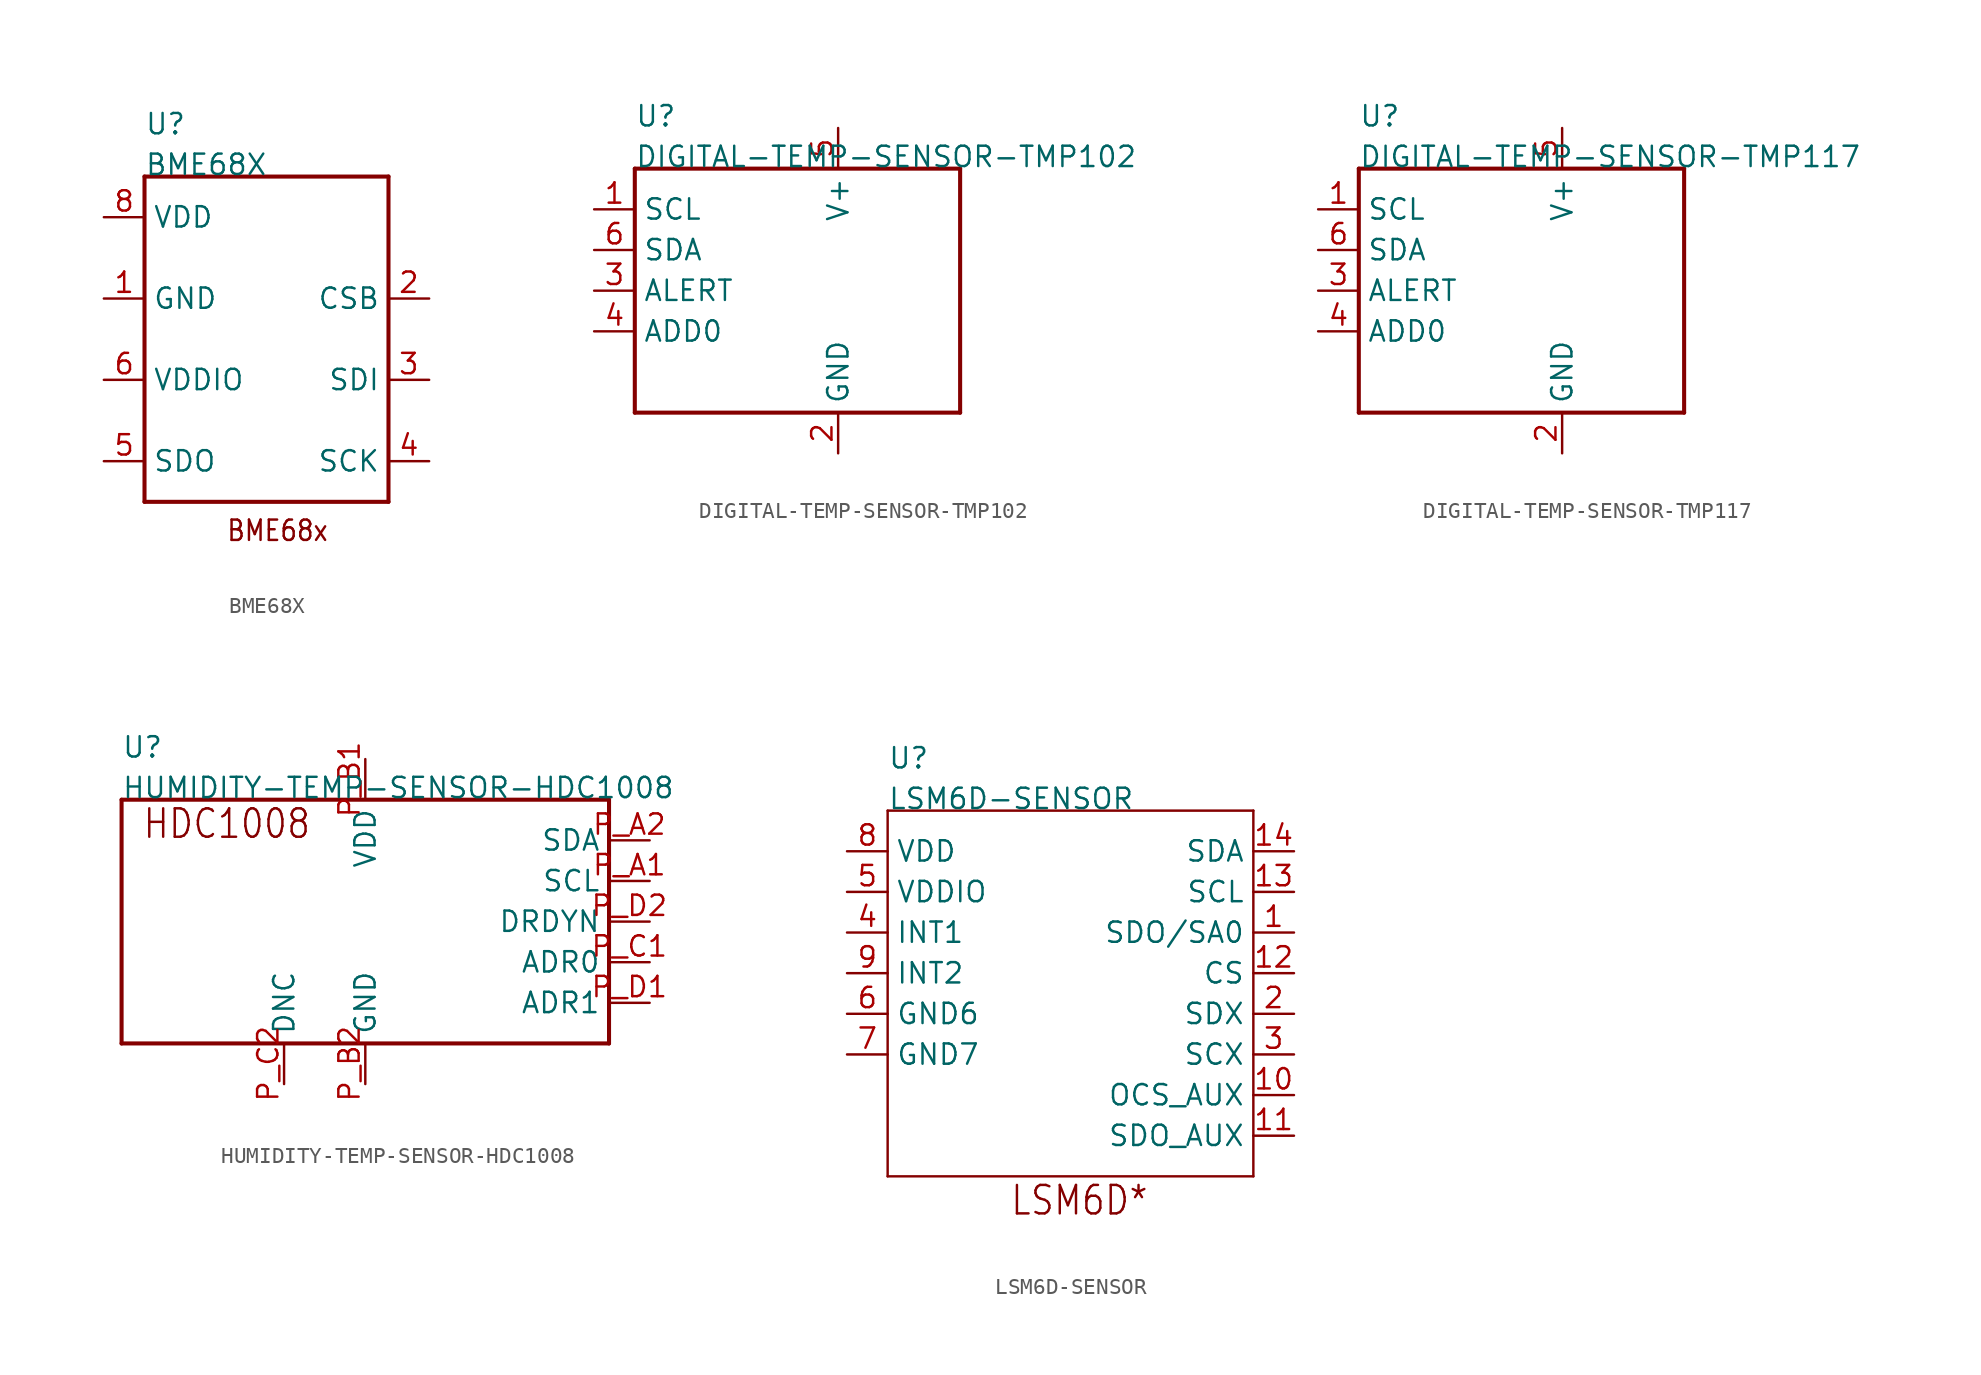
<source format=kicad_sym>
(kicad_symbol_lib
  (version 20211014)
  (generator kicad_symbol_editor)
  (symbol "BME68X"
    (pin_names)
    (property "Reference" "U"
      (at -7.62 12.7 0)
      (effects (font (size 1.27 1.27)) (justify left bottom)))
    (property "Value" "BME68X"
      (at -7.62 10.16 0)
      (effects (font (size 1.27 1.27)) (justify left bottom)))
    (property "Datasheet" ""
      (at 0 0 0))
    (property "ki_description" "BME680  - Gas, Humidity, Pressure, Temperature Sensor IÃƒÆ’Ã¢â‚¬Å¡Ãƒâ€šÃ‚Â²C, SPI Output (BME688 includes odor detection)   Technical Specifications:    Humidity accuracy:+/-3%r.H.    RMS Noise: .12pa        Component Search:  [DATA SHEET NAME]   Datasheet:  BME680 "
      (at 0 0 0))
    (property "ki_fp_filters" "FlashPCB_Sensors:BME68X"
      (at 0 0 0))
    (symbol "BME68X_1_1"
      (text "BME68x" (at -2.54 -12.7 0) (effects (font (size 1.27 1.086)) (justify left bottom)))
      (polyline (pts (xy -7.62 10.16) (xy 7.62 10.16)) (stroke (width 0.254)) (fill (type none)))
      (polyline (pts (xy 7.62 10.16) (xy 7.62 -10.16)) (stroke (width 0.254)) (fill (type none)))
      (polyline (pts (xy 7.62 -10.16) (xy -7.62 -10.16)) (stroke (width 0.254)) (fill (type none)))
      (polyline (pts (xy -7.62 -10.16) (xy -7.62 10.16)) (stroke (width 0.254)) (fill (type none)))
      (pin power_in line (at -10.16 7.62 0) (length 2.54) (name "VDD" (effects (font (size 1.27 1.27)))) (number "8" (effects (font (size 1.27 1.27)))))
      (pin power_in line (at -10.16 2.54 0) (length 2.54) (name "GND" (effects (font (size 1.27 1.27)))) (number "1" (effects (font (size 1.27 1.27)))))
      (pin power_in line (at -10.16 2.54 0) (length 2.54) hide (name "GND" (effects (font (size 1.27 1.27)))) (number "7" (effects (font (size 1.27 1.27)))))
      (pin power_in line (at -10.16 -2.54 0) (length 2.54) (name "VDDIO" (effects (font (size 1.27 1.27)))) (number "6" (effects (font (size 1.27 1.27)))))
      (pin bidirectional line (at -10.16 -7.62 0) (length 2.54) (name "SDO" (effects (font (size 1.27 1.27)))) (number "5" (effects (font (size 1.27 1.27)))))
      (pin input line (at 10.16 2.54 180) (length 2.54) (name "CSB" (effects (font (size 1.27 1.27)))) (number "2" (effects (font (size 1.27 1.27)))))
      (pin bidirectional line (at 10.16 -2.54 180) (length 2.54) (name "SDI" (effects (font (size 1.27 1.27)))) (number "3" (effects (font (size 1.27 1.27)))))
      (pin input line (at 10.16 -7.62 180) (length 2.54) (name "SCK" (effects (font (size 1.27 1.27)))) (number "4" (effects (font (size 1.27 1.27)))))))
  (symbol "DIGITAL-TEMP-SENSOR-TMP102"
    (pin_names)
    (property "Reference" "U"
      (at -10.16 10.16 0)
      (effects (font (size 1.27 1.27)) (justify left bottom)))
    (property "Value" "DIGITAL-TEMP-SENSOR-TMP102"
      (at -10.16 7.62 0)
      (effects (font (size 1.27 1.27)) (justify left bottom)))
    (property "Datasheet" ""
      (at 0 0 0))
    (property "ki_description" "TMP102  - SENSOR DIGITAL -40C-125C SOT563  Technical Specifications:    Temperature Sensor Digital, Local -40°C ~ 125°C 12 b SOT-563   Sensor Type: Digital, Local   Sensing Temperature Range: -40*C ~ 125*C   Output Type: I2C/SMBus   Supply Voltage: 1.4V~3.6V   Resolution: 12-bit   Features: One-Shot, Output Switch, Shudtown Mode       Component Search:  TMP102   Datasheet:  TMP102 Low-Power Digital Temperature Sensor With SMBus and Two-Wire Serial Interface in SOT563 datasheet (Rev. H)  "
      (at 0 0 0))
    (property "ki_fp_filters" "FlashPCB_Sensors:SOT-563 FlashPCB_Sensors:SOT-563_NOSILK"
      (at 0 0 0))
    (symbol "DIGITAL-TEMP-SENSOR-TMP102_1_1"
      (polyline (pts (xy -10.16 7.62) (xy 10.16 7.62)) (stroke (width 0.254)) (fill (type none)))
      (polyline (pts (xy 10.16 7.62) (xy 10.16 -7.62)) (stroke (width 0.254)) (fill (type none)))
      (polyline (pts (xy 10.16 -7.62) (xy -10.16 -7.62)) (stroke (width 0.254)) (fill (type none)))
      (polyline (pts (xy -10.16 -7.62) (xy -10.16 7.62)) (stroke (width 0.254)) (fill (type none)))
      (pin bidirectional line (at -12.7 5.08 0) (length 2.54) (name "SCL" (effects (font (size 1.27 1.27)))) (number "1" (effects (font (size 1.27 1.27)))))
      (pin bidirectional line (at 2.54 -10.16 90) (length 2.54) (name "GND" (effects (font (size 1.27 1.27)))) (number "2" (effects (font (size 1.27 1.27)))))
      (pin bidirectional line (at -12.7 0 0) (length 2.54) (name "ALERT" (effects (font (size 1.27 1.27)))) (number "3" (effects (font (size 1.27 1.27)))))
      (pin bidirectional line (at -12.7 -2.54 0) (length 2.54) (name "ADD0" (effects (font (size 1.27 1.27)))) (number "4" (effects (font (size 1.27 1.27)))))
      (pin bidirectional line (at 2.54 10.16 270) (length 2.54) (name "V+" (effects (font (size 1.27 1.27)))) (number "5" (effects (font (size 1.27 1.27)))))
      (pin bidirectional line (at -12.7 2.54 0) (length 2.54) (name "SDA" (effects (font (size 1.27 1.27)))) (number "6" (effects (font (size 1.27 1.27)))))))
  (symbol "DIGITAL-TEMP-SENSOR-TMP117"
    (pin_names)
    (property "Reference" "U"
      (at -10.16 10.16 0)
      (effects (font (size 1.27 1.27)) (justify left bottom)))
    (property "Value" "DIGITAL-TEMP-SENSOR-TMP117"
      (at -10.16 7.62 0)
      (effects (font (size 1.27 1.27)) (justify left bottom)))
    (property "Datasheet" ""
      (at 0 0 0))
    (property "ki_description" "TMP117MAIDRVR  - Temperature Sensor Digital, Local 0°C ~ 85°C 16 b 6-WSON (2x2)   Technical Specifications:    Accuracy: ±0.1°C   Voltage - Supply: 1.8V ~ 5.5V       Component Search:  TMP117    Datasheet:  TMP117 High-Accuracy, Low-Power, Digital Temperature Sensor With SMBus™- and I2C-Compatible Interface  "
      (at 0 0 0))
    (property "ki_fp_filters" "FlashPCB_Sensors:6-WSON(2X2)"
      (at 0 0 0))
    (symbol "DIGITAL-TEMP-SENSOR-TMP117_1_1"
      (polyline (pts (xy -10.16 7.62) (xy 10.16 7.62)) (stroke (width 0.254)) (fill (type none)))
      (polyline (pts (xy 10.16 7.62) (xy 10.16 -7.62)) (stroke (width 0.254)) (fill (type none)))
      (polyline (pts (xy 10.16 -7.62) (xy -10.16 -7.62)) (stroke (width 0.254)) (fill (type none)))
      (polyline (pts (xy -10.16 -7.62) (xy -10.16 7.62)) (stroke (width 0.254)) (fill (type none)))
      (pin bidirectional line (at -12.7 5.08 0) (length 2.54) (name "SCL" (effects (font (size 1.27 1.27)))) (number "1" (effects (font (size 1.27 1.27)))))
      (pin bidirectional line (at 2.54 -10.16 90) (length 2.54) (name "GND" (effects (font (size 1.27 1.27)))) (number "2" (effects (font (size 1.27 1.27)))))
      (pin bidirectional line (at -12.7 0 0) (length 2.54) (name "ALERT" (effects (font (size 1.27 1.27)))) (number "3" (effects (font (size 1.27 1.27)))))
      (pin bidirectional line (at -12.7 -2.54 0) (length 2.54) (name "ADD0" (effects (font (size 1.27 1.27)))) (number "4" (effects (font (size 1.27 1.27)))))
      (pin bidirectional line (at 2.54 10.16 270) (length 2.54) (name "V+" (effects (font (size 1.27 1.27)))) (number "5" (effects (font (size 1.27 1.27)))))
      (pin bidirectional line (at -12.7 2.54 0) (length 2.54) (name "SDA" (effects (font (size 1.27 1.27)))) (number "6" (effects (font (size 1.27 1.27)))))))
  (symbol "HUMIDITY-TEMP-SENSOR-HDC1008"
    (pin_names)
    (property "Reference" "U"
      (at -15.24 10.16 0)
      (effects (font (size 1.27 1.27)) (justify left bottom)))
    (property "Value" "HUMIDITY-TEMP-SENSOR-HDC1008"
      (at -15.24 7.62 0)
      (effects (font (size 1.27 1.27)) (justify left bottom)))
    (property "Datasheet" ""
      (at 0 0 0))
    (property "ki_description" "HDC1008  - Humidity, Temperature 0~100% RH I²C +/- 4% RH 15 s Surface Mount   Technical Specifications:    Sensor Type: Relative Humidity, Temperature   14-Bit Measurement Resolition   Relative Humidity Operating Range: 0~100%   Relative Humidity Accuracy: +/- 4%   Temperature Accuracy: +/- 0.2 deg C  Supply Voltage: 3V~5V       Component Search:  HDC1008   Datasheet:  HDC1008 Low Power, High Accuracy Digital Humidity Sensor with Temperature Sensor datasheet (Rev. B)  "
      (at 0 0 0))
    (property "ki_fp_filters" "FlashPCB_Sensors:8-DSBGA-NSMD"
      (at 0 0 0))
    (symbol "HUMIDITY-TEMP-SENSOR-HDC1008_1_1"
      (text "HDC1008" (at -13.97 5.08 0) (effects (font (size 1.778 1.52)) (justify left bottom)))
      (polyline (pts (xy -15.24 7.62) (xy 15.24 7.62)) (stroke (width 0.254)) (fill (type none)))
      (polyline (pts (xy 15.24 7.62) (xy 15.24 -7.62)) (stroke (width 0.254)) (fill (type none)))
      (polyline (pts (xy 15.24 -7.62) (xy -15.24 -7.62)) (stroke (width 0.254)) (fill (type none)))
      (polyline (pts (xy -15.24 -7.62) (xy -15.24 7.62)) (stroke (width 0.254)) (fill (type none)))
      (pin bidirectional line (at 17.78 2.54 180) (length 2.54) (name "SCL" (effects (font (size 1.27 1.27)))) (number "P_A1" (effects (font (size 1.27 1.27)))))
      (pin bidirectional line (at 0 10.16 270) (length 2.54) (name "VDD" (effects (font (size 1.27 1.27)))) (number "P_B1" (effects (font (size 1.27 1.27)))))
      (pin bidirectional line (at 17.78 -2.54 180) (length 2.54) (name "ADR0" (effects (font (size 1.27 1.27)))) (number "P_C1" (effects (font (size 1.27 1.27)))))
      (pin bidirectional line (at 17.78 -5.08 180) (length 2.54) (name "ADR1" (effects (font (size 1.27 1.27)))) (number "P_D1" (effects (font (size 1.27 1.27)))))
      (pin bidirectional line (at 17.78 5.08 180) (length 2.54) (name "SDA" (effects (font (size 1.27 1.27)))) (number "P_A2" (effects (font (size 1.27 1.27)))))
      (pin bidirectional line (at 0 -10.16 90) (length 2.54) (name "GND" (effects (font (size 1.27 1.27)))) (number "P_B2" (effects (font (size 1.27 1.27)))))
      (pin bidirectional line (at -5.08 -10.16 90) (length 2.54) (name "DNC" (effects (font (size 1.27 1.27)))) (number "P_C2" (effects (font (size 1.27 1.27)))))
      (pin bidirectional line (at 17.78 0 180) (length 2.54) (name "DRDYN" (effects (font (size 1.27 1.27)))) (number "P_D2" (effects (font (size 1.27 1.27)))))))
  (symbol "LSM6D-SENSOR"
    (pin_names)
    (property "Reference" "U"
      (at -12.7 15.24 0)
      (effects (font (size 1.27 1.27)) (justify left bottom)))
    (property "Value" "LSM6D-SENSOR"
      (at -12.7 12.7 0)
      (effects (font (size 1.27 1.27)) (justify left bottom)))
    (property "Datasheet" ""
      (at 0 0 0))
    (property "ki_description" "LSM6D* Sensors  - 14 LGA   Technical Specifications:    Output Type: I²C, SPI Output   Operating Temperature: -40°C ~ 85°C        Component Search:  iNEMO inertial module: always-on 3D accelerometer and 3D gyroscope   Datasheet:  iNEMO inertial module: always-on 3D accelerometer and 3D gyroscope "
      (at 0 0 0))
    (property "ki_fp_filters" "FlashPCB_Sensors:14-LGA(2.5X3)"
      (at 0 0 0))
    (symbol "LSM6D-SENSOR_1_1"
      (text "LSM6D*" (at -5.08 -12.7 0) (effects (font (size 1.778 1.52)) (justify left bottom)))
      (polyline (pts (xy -12.7 12.7) (xy -12.7 -10.16)) (stroke (width 0.152)) (fill (type none)))
      (polyline (pts (xy -12.7 -10.16) (xy 10.16 -10.16)) (stroke (width 0.152)) (fill (type none)))
      (polyline (pts (xy 10.16 -10.16) (xy 10.16 12.7)) (stroke (width 0.152)) (fill (type none)))
      (polyline (pts (xy 10.16 12.7) (xy -12.7 12.7)) (stroke (width 0.152)) (fill (type none)))
      (pin bidirectional line (at 12.7 2.54 180) (length 2.54) (name "CS" (effects (font (size 1.27 1.27)))) (number "12" (effects (font (size 1.27 1.27)))))
      (pin bidirectional line (at 12.7 7.62 180) (length 2.54) (name "SCL" (effects (font (size 1.27 1.27)))) (number "13" (effects (font (size 1.27 1.27)))))
      (pin bidirectional line (at 12.7 10.16 180) (length 2.54) (name "SDA" (effects (font (size 1.27 1.27)))) (number "14" (effects (font (size 1.27 1.27)))))
      (pin bidirectional line (at 12.7 5.08 180) (length 2.54) (name "SDO/SA0" (effects (font (size 1.27 1.27)))) (number "1" (effects (font (size 1.27 1.27)))))
      (pin bidirectional line (at 12.7 0 180) (length 2.54) (name "SDX" (effects (font (size 1.27 1.27)))) (number "2" (effects (font (size 1.27 1.27)))))
      (pin bidirectional line (at 12.7 -2.54 180) (length 2.54) (name "SCX" (effects (font (size 1.27 1.27)))) (number "3" (effects (font (size 1.27 1.27)))))
      (pin bidirectional line (at -15.24 5.08 0) (length 2.54) (name "INT1" (effects (font (size 1.27 1.27)))) (number "4" (effects (font (size 1.27 1.27)))))
      (pin bidirectional line (at -15.24 2.54 0) (length 2.54) (name "INT2" (effects (font (size 1.27 1.27)))) (number "9" (effects (font (size 1.27 1.27)))))
      (pin bidirectional line (at -15.24 10.16 0) (length 2.54) (name "VDD" (effects (font (size 1.27 1.27)))) (number "8" (effects (font (size 1.27 1.27)))))
      (pin bidirectional line (at -15.24 7.62 0) (length 2.54) (name "VDDIO" (effects (font (size 1.27 1.27)))) (number "5" (effects (font (size 1.27 1.27)))))
      (pin bidirectional line (at 12.7 -5.08 180) (length 2.54) (name "OCS_AUX" (effects (font (size 1.27 1.27)))) (number "10" (effects (font (size 1.27 1.27)))))
      (pin bidirectional line (at 12.7 -7.62 180) (length 2.54) (name "SDO_AUX" (effects (font (size 1.27 1.27)))) (number "11" (effects (font (size 1.27 1.27)))))
      (pin bidirectional line (at -15.24 0 0) (length 2.54) (name "GND6" (effects (font (size 1.27 1.27)))) (number "6" (effects (font (size 1.27 1.27)))))
      (pin bidirectional line (at -15.24 -2.54 0) (length 2.54) (name "GND7" (effects (font (size 1.27 1.27)))) (number "7" (effects (font (size 1.27 1.27))))))))
</source>
